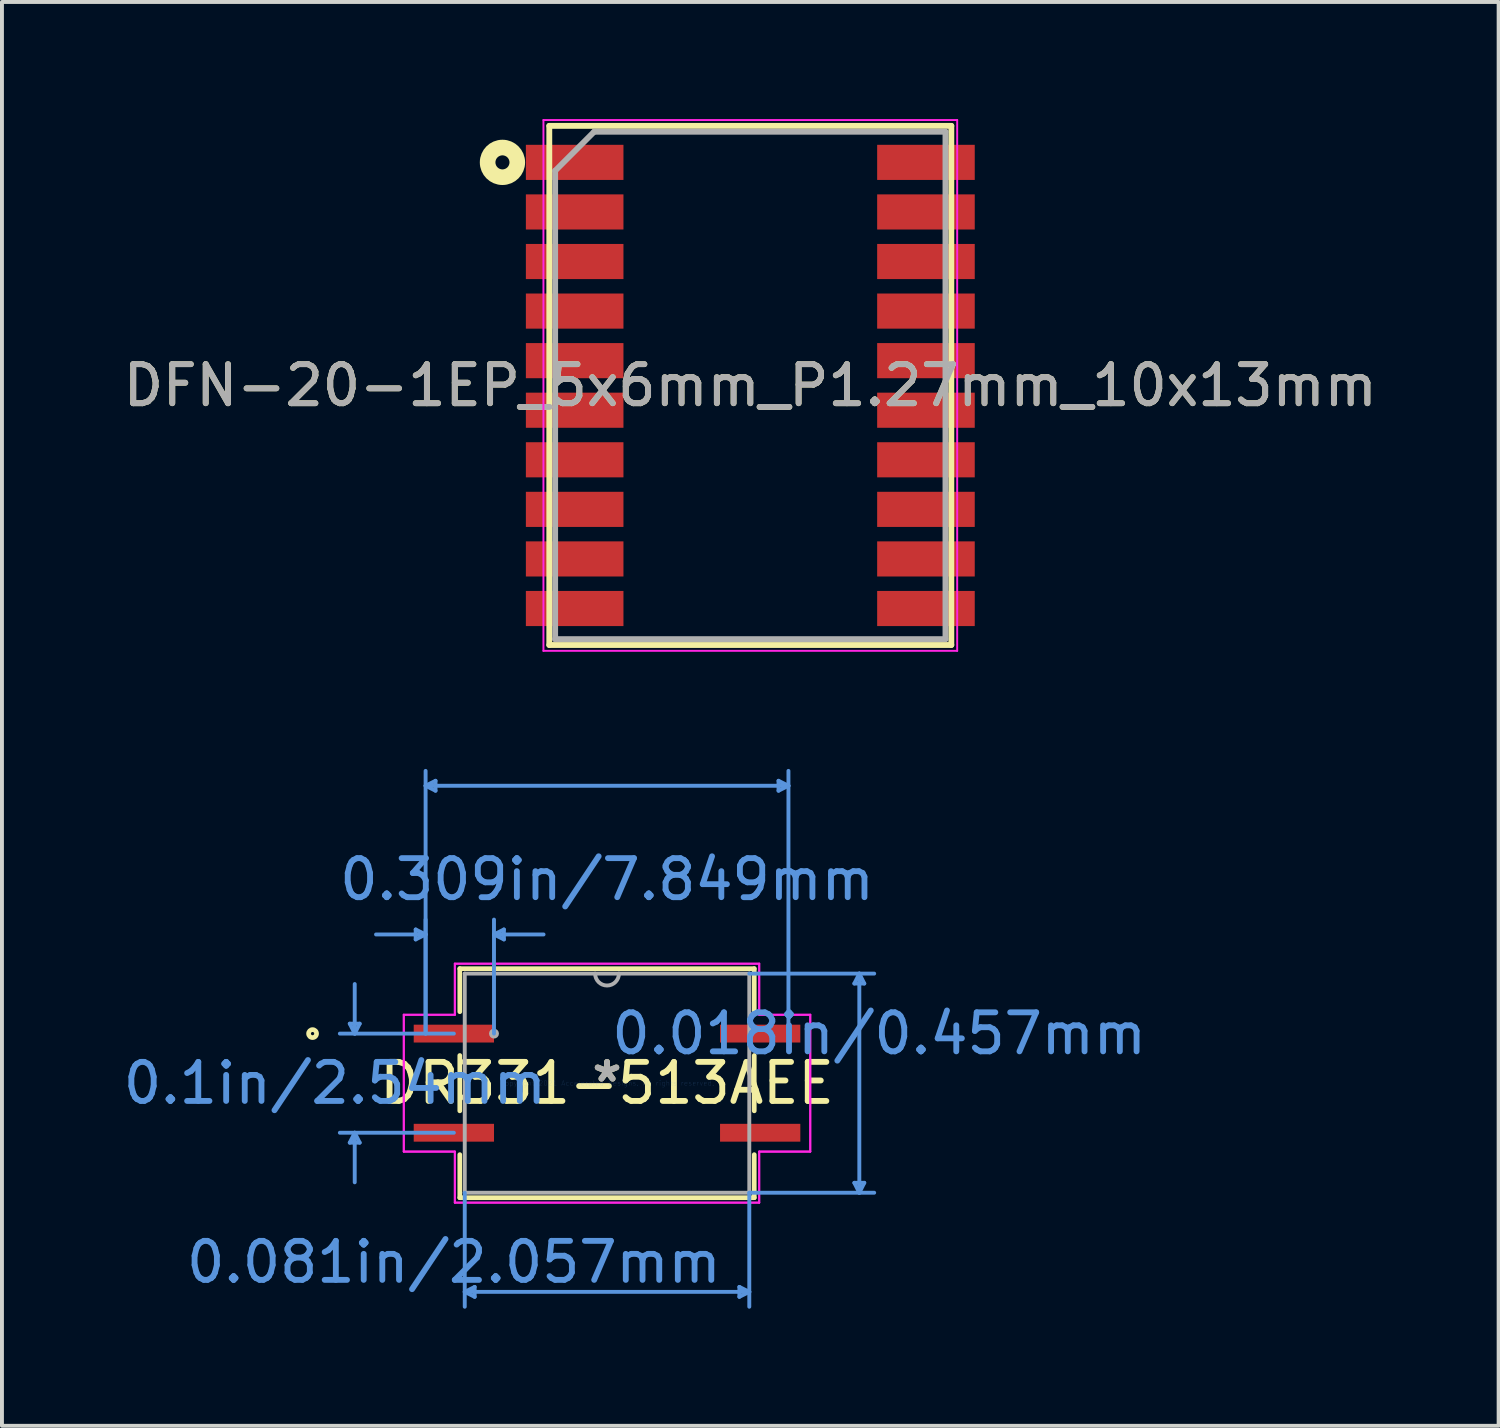
<source format=kicad_pcb>
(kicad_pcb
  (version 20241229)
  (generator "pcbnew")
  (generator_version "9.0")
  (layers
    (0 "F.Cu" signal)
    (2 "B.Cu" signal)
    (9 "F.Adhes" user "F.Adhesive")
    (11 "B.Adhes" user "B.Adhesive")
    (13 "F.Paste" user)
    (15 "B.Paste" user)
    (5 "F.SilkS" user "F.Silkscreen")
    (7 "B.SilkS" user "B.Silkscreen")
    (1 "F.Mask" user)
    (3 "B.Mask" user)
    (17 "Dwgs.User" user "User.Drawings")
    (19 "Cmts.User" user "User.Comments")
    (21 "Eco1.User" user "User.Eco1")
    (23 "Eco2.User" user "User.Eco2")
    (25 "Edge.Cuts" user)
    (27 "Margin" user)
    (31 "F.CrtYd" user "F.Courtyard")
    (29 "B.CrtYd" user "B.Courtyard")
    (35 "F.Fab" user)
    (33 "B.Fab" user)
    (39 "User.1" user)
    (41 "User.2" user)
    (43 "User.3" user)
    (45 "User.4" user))
  (footprint "DFN-20-1EP_5x6mm_P1.27mm_10x13mm"
    (layer "F.Cu")
    (at 16.173 6.825)
    (property "Reference" "DFN-20-1EP_5x6mm_P1.27mm_10x13mm" (at 0 0 0) (layer "F.SilkS") (effects (font (size 1 1) (thickness 0.15))))
    (attr smd)
    (fp_line (start -5.15 -6.65) (end -5.15 6.65) (stroke (width 0.15) (type solid)) (layer "F.SilkS"))
    (fp_line (start -5.15 -6.65) (end 5.15 -6.65) (stroke (width 0.15) (type solid)) (layer "F.SilkS"))
    (fp_line (start -5.15 6.65) (end 5.15 6.65) (stroke (width 0.15) (type solid)) (layer "F.SilkS"))
    (fp_line (start 5.15 -6.65) (end 5.15 6.65) (stroke (width 0.15) (type solid)) (layer "F.SilkS"))
    (fp_circle (center -6.35 -5.715) (end -6.17 -5.715) (stroke (width 0.4) (type solid)) (fill no) (layer "F.SilkS"))
    (fp_line (start -5.3 -6.8) (end -5.3 6.8) (stroke (width 0.05) (type solid)) (layer "F.CrtYd"))
    (fp_line (start -5.3 -6.8) (end 5.3 -6.8) (stroke (width 0.05) (type solid)) (layer "F.CrtYd"))
    (fp_line (start -5.3 6.8) (end 5.3 6.8) (stroke (width 0.05) (type solid)) (layer "F.CrtYd"))
    (fp_line (start 5.3 -6.8) (end 5.3 6.8) (stroke (width 0.05) (type solid)) (layer "F.CrtYd"))
    (fp_line (start -5 -5.5) (end -4 -6.5) (stroke (width 0.15) (type solid)) (layer "F.Fab"))
    (fp_line (start -5 6.5) (end -5 -5.5) (stroke (width 0.15) (type solid)) (layer "F.Fab"))
    (fp_line (start -4 -6.5) (end 5 -6.5) (stroke (width 0.15) (type solid)) (layer "F.Fab"))
    (fp_line (start 5 -6.5) (end 5 6.5) (stroke (width 0.15) (type solid)) (layer "F.Fab"))
    (fp_line (start 5 6.5) (end -5 6.5) (stroke (width 0.15) (type solid)) (layer "F.Fab"))
    (fp_text user "${REFERENCE}" (at 0 0 0) (layer "F.Fab") (effects (font (size 1 1) (thickness 0.15))))
    (pad "1" smd rect (at -4.5 -5.715) (size 2.5 0.9) (layers "F.Cu" "F.Mask" "F.Paste"))
    (pad "2" smd rect (at -4.5 -4.445) (size 2.5 0.9) (layers "F.Cu" "F.Mask" "F.Paste"))
    (pad "3" smd rect (at -4.5 -3.175) (size 2.5 0.9) (layers "F.Cu" "F.Mask" "F.Paste"))
    (pad "4" smd rect (at -4.5 -1.905) (size 2.5 0.9) (layers "F.Cu" "F.Mask" "F.Paste"))
    (pad "5" smd rect (at -4.5 -0.635) (size 2.5 0.9) (layers "F.Cu" "F.Mask" "F.Paste"))
    (pad "6" smd rect (at -4.5 0.635) (size 2.5 0.9) (layers "F.Cu" "F.Mask" "F.Paste"))
    (pad "7" smd rect (at -4.5 1.905) (size 2.5 0.9) (layers "F.Cu" "F.Mask" "F.Paste"))
    (pad "8" smd rect (at -4.5 3.175) (size 2.5 0.9) (layers "F.Cu" "F.Mask" "F.Paste"))
    (pad "9" smd rect (at -4.5 4.445) (size 2.5 0.9) (layers "F.Cu" "F.Mask" "F.Paste"))
    (pad "10" smd rect (at -4.5 5.715) (size 2.5 0.9) (layers "F.Cu" "F.Mask" "F.Paste"))
    (pad "11" smd rect (at 4.5 5.715) (size 2.5 0.9) (layers "F.Cu" "F.Mask" "F.Paste"))
    (pad "12" smd rect (at 4.5 4.445) (size 2.5 0.9) (layers "F.Cu" "F.Mask" "F.Paste"))
    (pad "13" smd rect (at 4.5 3.175) (size 2.5 0.9) (layers "F.Cu" "F.Mask" "F.Paste"))
    (pad "14" smd rect (at 4.5 1.905) (size 2.5 0.9) (layers "F.Cu" "F.Mask" "F.Paste"))
    (pad "15" smd rect (at 4.5 0.635) (size 2.5 0.9) (layers "F.Cu" "F.Mask"))
    (pad "16" smd rect (at 4.5 -0.635) (size 2.5 0.9) (layers "F.Cu" "F.Mask" "F.Paste"))
    (pad "17" smd rect (at 4.5 -1.905) (size 2.5 0.9) (layers "F.Cu" "F.Mask" "F.Paste"))
    (pad "18" smd rect (at 4.5 -3.175) (size 2.5 0.9) (layers "F.Cu" "F.Mask" "F.Paste"))
    (pad "19" smd rect (at 4.5 -4.445) (size 2.5 0.9) (layers "F.Cu" "F.Mask" "F.Paste"))
    (pad "20" smd rect (at 4.5 -5.715) (size 2.5 0.9) (layers "F.Cu" "F.Mask" "F.Paste")))
  (footprint "DR331-513AEE"
    (layer "F.Cu")
    (at 12.502 24.701)
    (property "Reference" "DR331-513AEE" (at 0 0 0) (layer "F.SilkS") (effects (font (size 1 1) (thickness 0.15))))
    (attr through_hole)
    (fp_line (start -3.772 -2.934) (end -3.772 -1.831) (stroke (width 0.12) (type solid)) (layer "F.SilkS"))
    (fp_line (start -3.772 -0.709) (end -3.772 0.709) (stroke (width 0.12) (type solid)) (layer "F.SilkS"))
    (fp_line (start -3.772 1.831) (end -3.772 2.934) (stroke (width 0.12) (type solid)) (layer "F.SilkS"))
    (fp_line (start -3.772 2.934) (end 3.772 2.934) (stroke (width 0.12) (type solid)) (layer "F.SilkS"))
    (fp_line (start 3.772 -2.934) (end -3.772 -2.934) (stroke (width 0.12) (type solid)) (layer "F.SilkS"))
    (fp_line (start 3.772 -1.831) (end 3.772 -2.934) (stroke (width 0.12) (type solid)) (layer "F.SilkS"))
    (fp_line (start 3.772 0.709) (end 3.772 -0.709) (stroke (width 0.12) (type solid)) (layer "F.SilkS"))
    (fp_line (start 3.772 2.934) (end 3.772 1.831) (stroke (width 0.12) (type solid)) (layer "F.SilkS"))
    (fp_circle (center -7.544 -1.27) (end -7.442 -1.27) (stroke (width 0.12) (type solid)) (fill no) (layer "F.SilkS"))
    (fp_line (start -6.591 -1.524) (end -6.337 -1.524) (stroke (width 0.1) (type solid)) (layer "Cmts.User"))
    (fp_line (start -6.591 1.524) (end -6.337 1.524) (stroke (width 0.1) (type solid)) (layer "Cmts.User"))
    (fp_line (start -6.464 -1.27) (end -6.591 -1.524) (stroke (width 0.1) (type solid)) (layer "Cmts.User"))
    (fp_line (start -6.464 -1.27) (end -6.464 -2.54) (stroke (width 0.1) (type solid)) (layer "Cmts.User"))
    (fp_line (start -6.464 -1.27) (end -6.337 -1.524) (stroke (width 0.1) (type solid)) (layer "Cmts.User"))
    (fp_line (start -6.464 1.27) (end -6.591 1.524) (stroke (width 0.1) (type solid)) (layer "Cmts.User"))
    (fp_line (start -6.464 1.27) (end -6.464 2.54) (stroke (width 0.1) (type solid)) (layer "Cmts.User"))
    (fp_line (start -6.464 1.27) (end -6.337 1.524) (stroke (width 0.1) (type solid)) (layer "Cmts.User"))
    (fp_line (start -4.902 -3.937) (end -4.902 -3.683) (stroke (width 0.1) (type solid)) (layer "Cmts.User"))
    (fp_line (start -4.648 -7.62) (end -4.394 -7.747) (stroke (width 0.1) (type solid)) (layer "Cmts.User"))
    (fp_line (start -4.648 -7.62) (end -4.394 -7.493) (stroke (width 0.1) (type solid)) (layer "Cmts.User"))
    (fp_line (start -4.648 -7.62) (end 4.648 -7.62) (stroke (width 0.1) (type solid)) (layer "Cmts.User"))
    (fp_line (start -4.648 -3.81) (end -5.918 -3.81) (stroke (width 0.1) (type solid)) (layer "Cmts.User"))
    (fp_line (start -4.648 -3.81) (end -4.902 -3.937) (stroke (width 0.1) (type solid)) (layer "Cmts.User"))
    (fp_line (start -4.648 -3.81) (end -4.902 -3.683) (stroke (width 0.1) (type solid)) (layer "Cmts.User"))
    (fp_line (start -4.648 -1.27) (end -4.648 -8.001) (stroke (width 0.1) (type solid)) (layer "Cmts.User"))
    (fp_line (start -4.648 -1.27) (end -4.648 -4.191) (stroke (width 0.1) (type solid)) (layer "Cmts.User"))
    (fp_line (start -4.394 -7.747) (end -4.394 -7.493) (stroke (width 0.1) (type solid)) (layer "Cmts.User"))
    (fp_line (start -3.924 -1.27) (end -6.845 -1.27) (stroke (width 0.1) (type solid)) (layer "Cmts.User"))
    (fp_line (start -3.924 1.27) (end -6.845 1.27) (stroke (width 0.1) (type solid)) (layer "Cmts.User"))
    (fp_line (start -3.645 2.807) (end -3.645 5.728) (stroke (width 0.1) (type solid)) (layer "Cmts.User"))
    (fp_line (start -3.645 5.347) (end -3.391 5.22) (stroke (width 0.1) (type solid)) (layer "Cmts.User"))
    (fp_line (start -3.645 5.347) (end -3.391 5.474) (stroke (width 0.1) (type solid)) (layer "Cmts.User"))
    (fp_line (start -3.645 5.347) (end 3.645 5.347) (stroke (width 0.1) (type solid)) (layer "Cmts.User"))
    (fp_line (start -3.391 5.22) (end -3.391 5.474) (stroke (width 0.1) (type solid)) (layer "Cmts.User"))
    (fp_line (start -2.896 -3.81) (end -2.642 -3.937) (stroke (width 0.1) (type solid)) (layer "Cmts.User"))
    (fp_line (start -2.896 -3.81) (end -2.642 -3.683) (stroke (width 0.1) (type solid)) (layer "Cmts.User"))
    (fp_line (start -2.896 -3.81) (end -1.626 -3.81) (stroke (width 0.1) (type solid)) (layer "Cmts.User"))
    (fp_line (start -2.896 -1.27) (end -2.896 -4.191) (stroke (width 0.1) (type solid)) (layer "Cmts.User"))
    (fp_line (start -2.642 -3.937) (end -2.642 -3.683) (stroke (width 0.1) (type solid)) (layer "Cmts.User"))
    (fp_line (start 3.391 5.22) (end 3.391 5.474) (stroke (width 0.1) (type solid)) (layer "Cmts.User"))
    (fp_line (start 3.645 -2.807) (end 6.845 -2.807) (stroke (width 0.1) (type solid)) (layer "Cmts.User"))
    (fp_line (start 3.645 2.807) (end 3.645 5.728) (stroke (width 0.1) (type solid)) (layer "Cmts.User"))
    (fp_line (start 3.645 2.807) (end 6.845 2.807) (stroke (width 0.1) (type solid)) (layer "Cmts.User"))
    (fp_line (start 3.645 5.347) (end 3.391 5.22) (stroke (width 0.1) (type solid)) (layer "Cmts.User"))
    (fp_line (start 3.645 5.347) (end 3.391 5.474) (stroke (width 0.1) (type solid)) (layer "Cmts.User"))
    (fp_line (start 4.394 -7.747) (end 4.394 -7.493) (stroke (width 0.1) (type solid)) (layer "Cmts.User"))
    (fp_line (start 4.648 -7.62) (end 4.394 -7.747) (stroke (width 0.1) (type solid)) (layer "Cmts.User"))
    (fp_line (start 4.648 -7.62) (end 4.394 -7.493) (stroke (width 0.1) (type solid)) (layer "Cmts.User"))
    (fp_line (start 4.648 -1.27) (end 4.648 -8.001) (stroke (width 0.1) (type solid)) (layer "Cmts.User"))
    (fp_line (start 6.337 -2.553) (end 6.591 -2.553) (stroke (width 0.1) (type solid)) (layer "Cmts.User"))
    (fp_line (start 6.337 2.553) (end 6.591 2.553) (stroke (width 0.1) (type solid)) (layer "Cmts.User"))
    (fp_line (start 6.464 -2.807) (end 6.337 -2.553) (stroke (width 0.1) (type solid)) (layer "Cmts.User"))
    (fp_line (start 6.464 -2.807) (end 6.464 2.807) (stroke (width 0.1) (type solid)) (layer "Cmts.User"))
    (fp_line (start 6.464 -2.807) (end 6.591 -2.553) (stroke (width 0.1) (type solid)) (layer "Cmts.User"))
    (fp_line (start 6.464 2.807) (end 6.337 2.553) (stroke (width 0.1) (type solid)) (layer "Cmts.User"))
    (fp_line (start 6.464 2.807) (end 6.591 2.553) (stroke (width 0.1) (type solid)) (layer "Cmts.User"))
    (fp_line (start -5.207 -1.753) (end -3.899 -1.753) (stroke (width 0.05) (type solid)) (layer "F.CrtYd"))
    (fp_line (start -5.207 -1.753) (end -3.899 -1.753) (stroke (width 0.05) (type solid)) (layer "F.CrtYd"))
    (fp_line (start -5.207 1.753) (end -5.207 -1.753) (stroke (width 0.05) (type solid)) (layer "F.CrtYd"))
    (fp_line (start -5.207 1.753) (end -5.207 -1.753) (stroke (width 0.05) (type solid)) (layer "F.CrtYd"))
    (fp_line (start -5.207 1.753) (end -3.899 1.753) (stroke (width 0.05) (type solid)) (layer "F.CrtYd"))
    (fp_line (start -3.899 -3.061) (end 3.899 -3.061) (stroke (width 0.05) (type solid)) (layer "F.CrtYd"))
    (fp_line (start -3.899 -3.061) (end 3.899 -3.061) (stroke (width 0.05) (type solid)) (layer "F.CrtYd"))
    (fp_line (start -3.899 -1.753) (end -3.899 -3.061) (stroke (width 0.05) (type solid)) (layer "F.CrtYd"))
    (fp_line (start -3.899 -1.753) (end -3.899 -3.061) (stroke (width 0.05) (type solid)) (layer "F.CrtYd"))
    (fp_line (start -3.899 1.753) (end -5.207 1.753) (stroke (width 0.05) (type solid)) (layer "F.CrtYd"))
    (fp_line (start -3.899 3.061) (end -3.899 1.753) (stroke (width 0.05) (type solid)) (layer "F.CrtYd"))
    (fp_line (start -3.899 3.061) (end -3.899 1.753) (stroke (width 0.05) (type solid)) (layer "F.CrtYd"))
    (fp_line (start 3.899 -3.061) (end 3.899 -1.753) (stroke (width 0.05) (type solid)) (layer "F.CrtYd"))
    (fp_line (start 3.899 -3.061) (end 3.899 -1.753) (stroke (width 0.05) (type solid)) (layer "F.CrtYd"))
    (fp_line (start 3.899 -1.753) (end 5.207 -1.753) (stroke (width 0.05) (type solid)) (layer "F.CrtYd"))
    (fp_line (start 3.899 1.753) (end 3.899 3.061) (stroke (width 0.05) (type solid)) (layer "F.CrtYd"))
    (fp_line (start 3.899 1.753) (end 3.899 3.061) (stroke (width 0.05) (type solid)) (layer "F.CrtYd"))
    (fp_line (start 3.899 3.061) (end -3.899 3.061) (stroke (width 0.05) (type solid)) (layer "F.CrtYd"))
    (fp_line (start 3.899 3.061) (end -3.899 3.061) (stroke (width 0.05) (type solid)) (layer "F.CrtYd"))
    (fp_line (start 5.207 -1.753) (end 3.899 -1.753) (stroke (width 0.05) (type solid)) (layer "F.CrtYd"))
    (fp_line (start 5.207 -1.753) (end 5.207 1.753) (stroke (width 0.05) (type solid)) (layer "F.CrtYd"))
    (fp_line (start 5.207 -1.753) (end 5.207 1.753) (stroke (width 0.05) (type solid)) (layer "F.CrtYd"))
    (fp_line (start 5.207 1.753) (end 3.899 1.753) (stroke (width 0.05) (type solid)) (layer "F.CrtYd"))
    (fp_line (start 5.207 1.753) (end 3.899 1.753) (stroke (width 0.05) (type solid)) (layer "F.CrtYd"))
    (fp_line (start -3.645 -2.807) (end -3.645 2.807) (stroke (width 0.1) (type solid)) (layer "F.Fab"))
    (fp_line (start -3.645 2.807) (end 3.645 2.807) (stroke (width 0.1) (type solid)) (layer "F.Fab"))
    (fp_line (start 3.645 -2.807) (end -3.645 -2.807) (stroke (width 0.1) (type solid)) (layer "F.Fab"))
    (fp_line (start 3.645 2.807) (end 3.645 -2.807) (stroke (width 0.1) (type solid)) (layer "F.Fab"))
    (fp_arc (start 0.3048 -2.8067) (mid 0 -2.5019) (end -0.3048 -2.8067) (stroke (width 0.1) (type solid)) (layer "F.Fab"))
    (fp_circle (center -2.896 -1.27) (end -2.819 -1.27) (stroke (width 0.1) (type solid)) (fill no) (layer "F.Fab"))
    (fp_text user "*" (at 0 0 0) (layer "F.SilkS") (effects (font (size 1 1) (thickness 0.15))))
    (fp_text user "Copyright 2021 Accelerated Designs. All rights reserved." (at 0 0 0) (layer "Cmts.User") (effects (font (size 0.127 0.127) (thickness 0.002))))
    (fp_text user "0.1in/2.54mm" (at -6.972 0 0) (layer "Cmts.User") (effects (font (size 1 1) (thickness 0.15))))
    (fp_text user "0.081in/2.057mm" (at -3.924 4.585 0) (layer "Cmts.User") (effects (font (size 1 1) (thickness 0.15))))
    (fp_text user "0.309in/7.849mm" (at 0 -5.22 0) (layer "Cmts.User") (effects (font (size 1 1) (thickness 0.15))))
    (fp_text user "0.018in/0.457mm" (at 6.972 -1.27 0) (layer "Cmts.User") (effects (font (size 1 1) (thickness 0.15))))
    (fp_text user "*" (at 0 0 0) (layer "F.Fab") (effects (font (size 1 1) (thickness 0.15))))
    (pad "1" smd rect (at -3.924 -1.27) (size 2.057 0.457) (layers "F.Cu" "F.Mask" "F.Paste"))
    (pad "2" smd rect (at -3.924 1.27) (size 2.057 0.457) (layers "F.Cu" "F.Mask" "F.Paste"))
    (pad "3" smd rect (at 3.924 1.27) (size 2.057 0.457) (layers "F.Cu" "F.Mask" "F.Paste"))
    (pad "4" smd rect (at 3.924 -1.27) (size 2.057 0.457) (layers "F.Cu" "F.Mask" "F.Paste")))
  (gr_rect
    (start -3 -3)
    (end 35.345 33.479)
    (stroke (width 0.1) (type default))
    (fill no)
    (layer "Edge.Cuts")))
</source>
